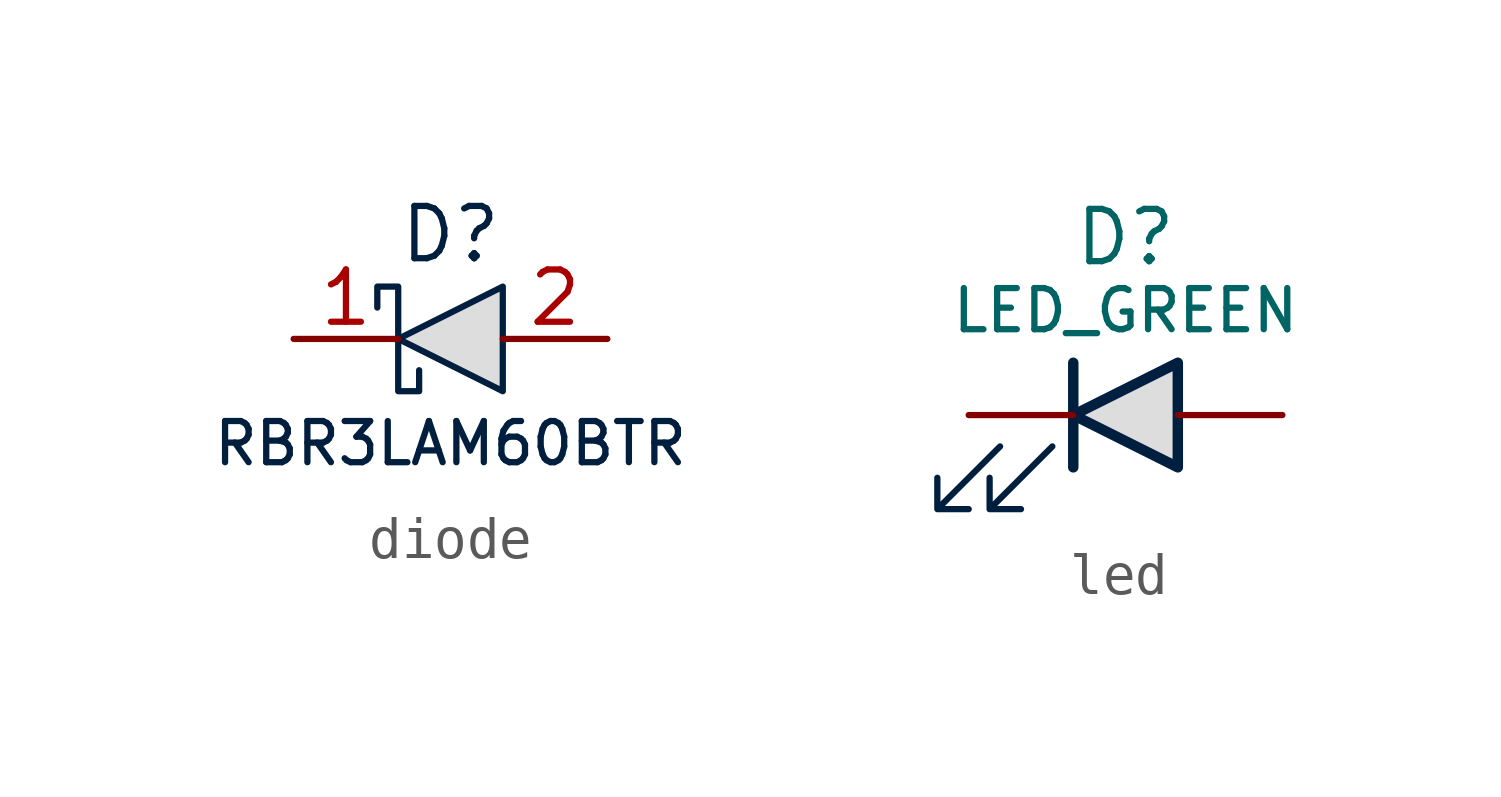
<source format=kicad_sym>
(kicad_symbol_lib
  (version 20241209)
  (generator "kicad_symbol_editor")
  (generator_version "9.0")
  (symbol "diode"
    (pin_names
      (offset 1.016)
      (hide yes))
    (property "Reference" "D"
      (at 1.27 2.54 0)
      (effects (font (size 1.27 1.27) (color 0 31 63 1))))
    (property "Value" "RBR3LAM60BTR"
      (at 1.27 -2.54 0)
      (effects (font (size 1 1) (color 0 31 63 1))))
    (symbol "diode_0_1"
      (polyline (pts (xy 0 0) (xy 0 1.27) (xy -0.508 1.27) (xy -0.508 0.762)) (stroke (width 0) (type default) (color 0 31 63 1)) (fill (type none)))
      (polyline (pts (xy 0 0) (xy 0 -1.27) (xy 0.508 -1.27) (xy 0.508 -0.762)) (stroke (width 0) (type default) (color 0 31 63 1)) (fill (type none))))
    (symbol "diode_1_1"
      (polyline (pts (xy 2.54 1.27) (xy 0 0) (xy 2.54 -1.27) (xy 2.54 1.27)) (stroke (width 0) (type solid) (color 0 31 63 1)) (fill (type color) (color 221 221 221 1)))
      (pin unspecified line (at -2.54 0 0) (length 2.54) (name "C" (effects (font (size 1.27 1.27)))) (number "1" (effects (font (size 1.27 1.27)))))
      (pin unspecified line (at 5.08 0 180) (length 2.54) (name "A" (effects (font (size 1.27 1.27)))) (number "2" (effects (font (size 1.27 1.27)))))))
  (symbol "led"
    (pin_numbers
      (hide yes))
    (pin_names
      (hide yes))
    (property "Reference" "D"
      (at 1.27 4.318 0)
      (effects (font (size 1.27 1.27))))
    (property "Value" "LED_GREEN"
      (at 1.27 2.54 0)
      (effects (font (size 1 1))))
    (symbol "led_0_1"
      (polyline (pts (xy -1.778 -0.762) (xy -3.302 -2.286) (xy -2.54 -2.286) (xy -3.302 -2.286) (xy -3.302 -1.524)) (stroke (width 0) (type default) (color 0 31 63 1)) (fill (type none)))
      (polyline (pts (xy -0.508 -0.762) (xy -2.032 -2.286) (xy -1.27 -2.286) (xy -2.032 -2.286) (xy -2.032 -1.524)) (stroke (width 0) (type default) (color 0 31 63 1)) (fill (type none)))
      (polyline (pts (xy 0 -1.27) (xy 0 1.27)) (stroke (width 0.254) (type default) (color 0 31 63 1)) (fill (type none))))
    (symbol "led_1_1"
      (polyline (pts (xy 2.54 -1.27) (xy 2.54 1.27) (xy 0 0) (xy 2.54 -1.27)) (stroke (width 0.254) (type solid) (color 0 31 63 1)) (fill (type color) (color 221 221 221 1)))
      (pin unspecified line (at -2.54 0 0) (length 2.54) (name "K" (effects (font (size 1.27 1.27)))) (number "1" (effects (font (size 1.27 1.27)))))
      (pin unspecified line (at 5.08 0 180) (length 2.54) (name "A" (effects (font (size 1.27 1.27)))) (number "2" (effects (font (size 1.27 1.27))))))))
</source>
